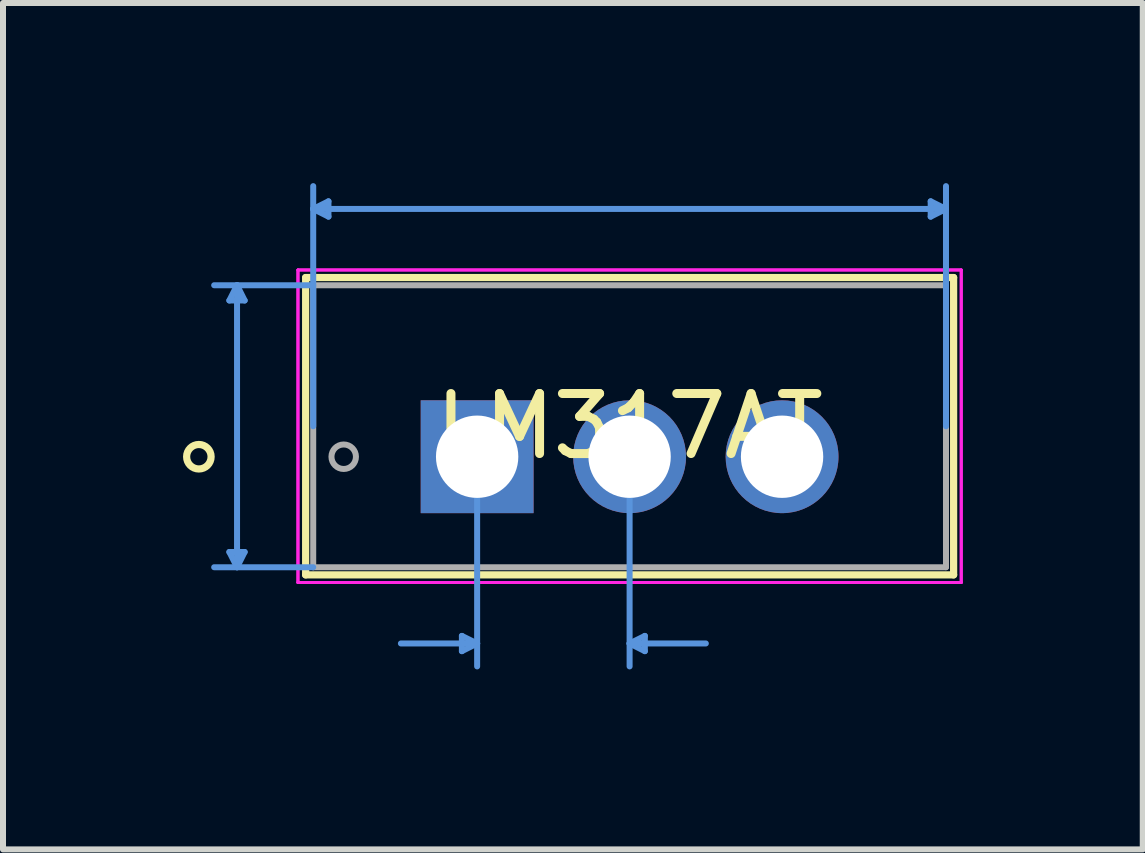
<source format=kicad_pcb>
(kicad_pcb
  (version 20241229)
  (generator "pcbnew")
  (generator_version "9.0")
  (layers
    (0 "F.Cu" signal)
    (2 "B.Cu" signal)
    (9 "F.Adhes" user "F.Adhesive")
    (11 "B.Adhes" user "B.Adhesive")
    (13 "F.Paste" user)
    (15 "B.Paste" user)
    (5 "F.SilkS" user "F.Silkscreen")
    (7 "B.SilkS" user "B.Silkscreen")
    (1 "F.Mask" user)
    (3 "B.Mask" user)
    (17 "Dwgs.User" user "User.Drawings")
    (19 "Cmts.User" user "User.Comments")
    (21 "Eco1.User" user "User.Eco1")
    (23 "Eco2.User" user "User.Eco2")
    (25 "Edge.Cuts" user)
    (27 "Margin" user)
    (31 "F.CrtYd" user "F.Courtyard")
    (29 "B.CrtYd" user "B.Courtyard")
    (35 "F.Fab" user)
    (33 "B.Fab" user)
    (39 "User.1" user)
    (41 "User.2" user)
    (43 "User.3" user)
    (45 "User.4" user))
  (footprint "LM317AT"
    (layer "F.Cu")
    (at 4.899 4.559)
    (property "Reference" "LM317AT" (at 2.54 -0.508 0) (layer "F.SilkS") (effects (font (size 1 1) (thickness 0.15))))
    (attr through_hole)
    (fp_line (start -2.857 -2.985) (end -2.857 1.968) (stroke (width 0.12) (type solid)) (layer "F.SilkS"))
    (fp_line (start -2.857 1.968) (end 7.938 1.968) (stroke (width 0.12) (type solid)) (layer "F.SilkS"))
    (fp_line (start 7.938 -2.985) (end -2.857 -2.985) (stroke (width 0.12) (type solid)) (layer "F.SilkS"))
    (fp_line (start 7.938 1.968) (end 7.938 -2.985) (stroke (width 0.12) (type solid)) (layer "F.SilkS"))
    (fp_circle (center -4.636 0) (end -4.432 0) (stroke (width 0.12) (type solid)) (fill no) (layer "F.SilkS"))
    (fp_line (start -4.128 -2.603) (end -3.873 -2.603) (stroke (width 0.1) (type solid)) (layer "Cmts.User"))
    (fp_line (start -4.128 1.587) (end -3.873 1.587) (stroke (width 0.1) (type solid)) (layer "Cmts.User"))
    (fp_line (start -4 -2.857) (end -4.128 -2.603) (stroke (width 0.1) (type solid)) (layer "Cmts.User"))
    (fp_line (start -4 -2.857) (end -4 1.841) (stroke (width 0.1) (type solid)) (layer "Cmts.User"))
    (fp_line (start -4 -2.857) (end -3.873 -2.603) (stroke (width 0.1) (type solid)) (layer "Cmts.User"))
    (fp_line (start -4 1.841) (end -4.128 1.587) (stroke (width 0.1) (type solid)) (layer "Cmts.User"))
    (fp_line (start -4 1.841) (end -3.873 1.587) (stroke (width 0.1) (type solid)) (layer "Cmts.User"))
    (fp_line (start -2.731 -4.128) (end -2.477 -4.255) (stroke (width 0.1) (type solid)) (layer "Cmts.User"))
    (fp_line (start -2.731 -4.128) (end -2.477 -4) (stroke (width 0.1) (type solid)) (layer "Cmts.User"))
    (fp_line (start -2.731 -4.128) (end 7.811 -4.128) (stroke (width 0.1) (type solid)) (layer "Cmts.User"))
    (fp_line (start -2.731 -2.857) (end -4.381 -2.857) (stroke (width 0.1) (type solid)) (layer "Cmts.User"))
    (fp_line (start -2.731 -0.508) (end -2.731 -4.508) (stroke (width 0.1) (type solid)) (layer "Cmts.User"))
    (fp_line (start -2.731 1.841) (end -4.381 1.841) (stroke (width 0.1) (type solid)) (layer "Cmts.User"))
    (fp_line (start -2.477 -4.255) (end -2.477 -4) (stroke (width 0.1) (type solid)) (layer "Cmts.User"))
    (fp_line (start -0.254 2.985) (end -0.254 3.239) (stroke (width 0.1) (type solid)) (layer "Cmts.User"))
    (fp_line (start 0 0) (end 0 3.493) (stroke (width 0.1) (type solid)) (layer "Cmts.User"))
    (fp_line (start 0 3.111) (end -1.27 3.111) (stroke (width 0.1) (type solid)) (layer "Cmts.User"))
    (fp_line (start 0 3.111) (end -0.254 2.985) (stroke (width 0.1) (type solid)) (layer "Cmts.User"))
    (fp_line (start 0 3.111) (end -0.254 3.239) (stroke (width 0.1) (type solid)) (layer "Cmts.User"))
    (fp_line (start 2.54 0) (end 2.54 3.493) (stroke (width 0.1) (type solid)) (layer "Cmts.User"))
    (fp_line (start 2.54 3.111) (end 2.794 2.985) (stroke (width 0.1) (type solid)) (layer "Cmts.User"))
    (fp_line (start 2.54 3.111) (end 2.794 3.239) (stroke (width 0.1) (type solid)) (layer "Cmts.User"))
    (fp_line (start 2.54 3.111) (end 3.81 3.111) (stroke (width 0.1) (type solid)) (layer "Cmts.User"))
    (fp_line (start 2.794 2.985) (end 2.794 3.239) (stroke (width 0.1) (type solid)) (layer "Cmts.User"))
    (fp_line (start 7.556 -4.255) (end 7.556 -4) (stroke (width 0.1) (type solid)) (layer "Cmts.User"))
    (fp_line (start 7.811 -4.128) (end 7.556 -4.255) (stroke (width 0.1) (type solid)) (layer "Cmts.User"))
    (fp_line (start 7.811 -4.128) (end 7.556 -4) (stroke (width 0.1) (type solid)) (layer "Cmts.User"))
    (fp_line (start 7.811 -0.508) (end 7.811 -4.508) (stroke (width 0.1) (type solid)) (layer "Cmts.User"))
    (fp_line (start -2.985 -3.111) (end 8.065 -3.111) (stroke (width 0.05) (type solid)) (layer "F.CrtYd"))
    (fp_line (start -2.985 -3.111) (end 8.065 -3.111) (stroke (width 0.05) (type solid)) (layer "F.CrtYd"))
    (fp_line (start -2.985 2.095) (end -2.985 -3.111) (stroke (width 0.05) (type solid)) (layer "F.CrtYd"))
    (fp_line (start -2.985 2.095) (end -2.985 -3.111) (stroke (width 0.05) (type solid)) (layer "F.CrtYd"))
    (fp_line (start 8.065 -3.111) (end 8.065 2.095) (stroke (width 0.05) (type solid)) (layer "F.CrtYd"))
    (fp_line (start 8.065 -3.111) (end 8.065 2.095) (stroke (width 0.05) (type solid)) (layer "F.CrtYd"))
    (fp_line (start 8.065 2.095) (end -2.985 2.095) (stroke (width 0.05) (type solid)) (layer "F.CrtYd"))
    (fp_line (start 8.065 2.095) (end -2.985 2.095) (stroke (width 0.05) (type solid)) (layer "F.CrtYd"))
    (fp_line (start -2.731 -2.857) (end -2.731 1.841) (stroke (width 0.1) (type solid)) (layer "F.Fab"))
    (fp_line (start -2.731 1.841) (end 7.811 1.841) (stroke (width 0.1) (type solid)) (layer "F.Fab"))
    (fp_line (start -0.254 0) (end 0.254 0) (stroke (width 0.1) (type solid)) (layer "F.Fab"))
    (fp_line (start 0 0.254) (end 0 -0.254) (stroke (width 0.1) (type solid)) (layer "F.Fab"))
    (fp_line (start 7.811 -2.857) (end -2.731 -2.857) (stroke (width 0.1) (type solid)) (layer "F.Fab"))
    (fp_line (start 7.811 1.841) (end 7.811 -2.857) (stroke (width 0.1) (type solid)) (layer "F.Fab"))
    (fp_circle (center -2.223 0) (end -2.019 0) (stroke (width 0.1) (type solid)) (fill no) (layer "F.Fab"))
    (pad "1" thru_hole rect (at 0 0) (size 1.88 1.88) (drill 1.372) (layers "*.Cu" "*.Mask"))
    (pad "2" thru_hole circle (at 2.54 0) (size 1.88 1.88) (drill 1.372) (layers "*.Cu" "*.Mask"))
    (pad "3" thru_hole circle (at 5.08 0) (size 1.88 1.88) (drill 1.372) (layers "*.Cu" "*.Mask")))
  (gr_rect
    (start -3 -3)
    (end 15.988 11.101)
    (stroke (width 0.1) (type default))
    (fill no)
    (layer "Edge.Cuts")))
</source>
